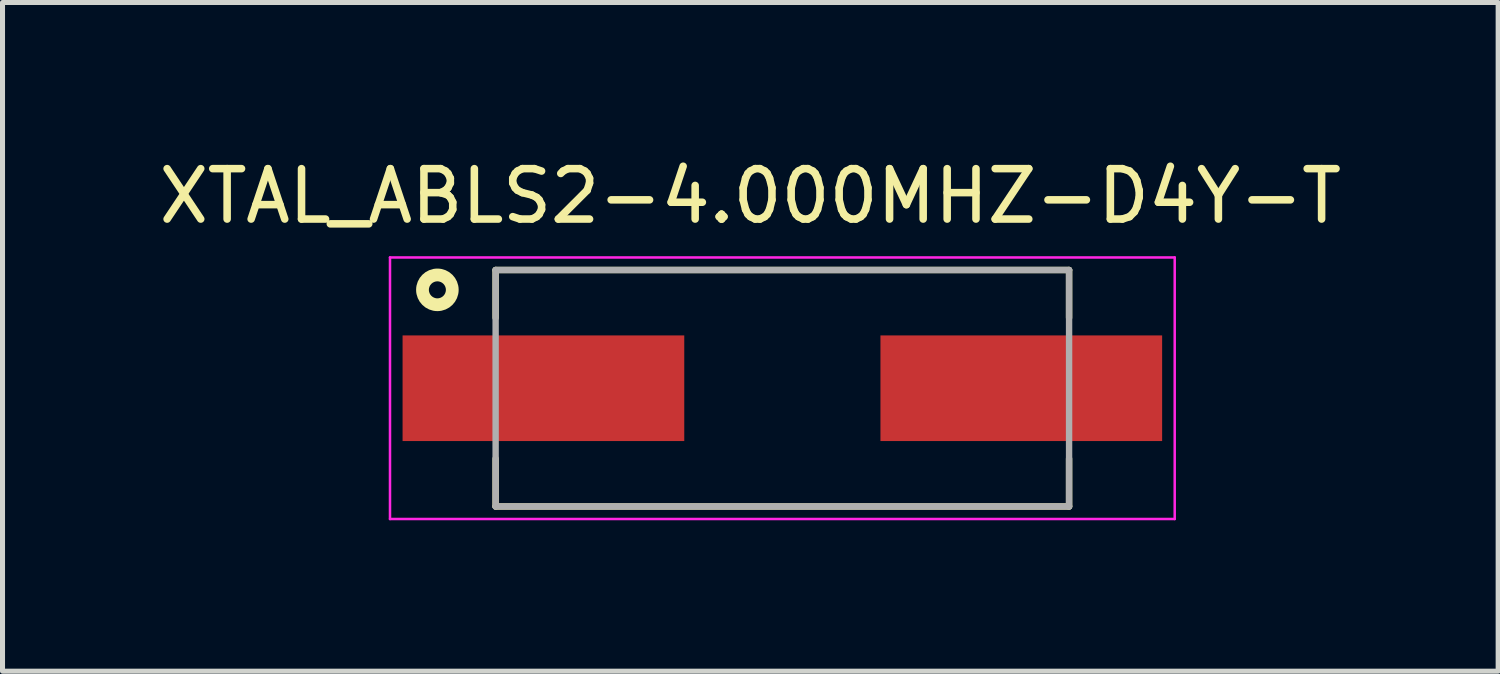
<source format=kicad_pcb>
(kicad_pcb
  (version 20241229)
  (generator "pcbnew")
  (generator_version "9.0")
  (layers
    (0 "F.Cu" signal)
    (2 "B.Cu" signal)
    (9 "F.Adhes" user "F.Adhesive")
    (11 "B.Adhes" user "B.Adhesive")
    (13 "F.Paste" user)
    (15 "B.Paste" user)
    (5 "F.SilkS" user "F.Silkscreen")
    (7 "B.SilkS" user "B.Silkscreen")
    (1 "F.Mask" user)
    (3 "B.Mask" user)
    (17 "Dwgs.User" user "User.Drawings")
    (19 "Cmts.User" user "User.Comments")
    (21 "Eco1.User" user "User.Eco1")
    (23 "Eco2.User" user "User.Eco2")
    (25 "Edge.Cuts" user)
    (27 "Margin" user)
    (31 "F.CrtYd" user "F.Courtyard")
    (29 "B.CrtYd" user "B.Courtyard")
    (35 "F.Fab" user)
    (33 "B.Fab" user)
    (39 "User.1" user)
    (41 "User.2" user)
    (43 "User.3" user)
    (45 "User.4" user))
  (footprint "XTAL_ABLS2-4.000MHZ-D4Y-T"
    (layer "F.Cu")
    (at 12.503 4.668)
    (property "Reference" "XTAL_ABLS2-4.000MHZ-D4Y-T" (at -0.636 -3.819 0) (layer "F.SilkS") (effects (font (size 1.002 1.002) (thickness 0.15))))
    (attr through_hole)
    (fp_line (start -5.7 -2.35) (end 5.7 -2.35) (stroke (width 0.127) (type solid)) (layer "F.SilkS"))
    (fp_line (start -5.7 -1.4) (end -5.7 -2.35) (stroke (width 0.127) (type solid)) (layer "F.SilkS"))
    (fp_line (start -5.7 2.35) (end -5.7 1.4) (stroke (width 0.127) (type solid)) (layer "F.SilkS"))
    (fp_line (start 5.7 -2.35) (end 5.7 -1.4) (stroke (width 0.127) (type solid)) (layer "F.SilkS"))
    (fp_line (start 5.7 1.4) (end 5.7 2.35) (stroke (width 0.127) (type solid)) (layer "F.SilkS"))
    (fp_line (start 5.7 2.35) (end -5.7 2.35) (stroke (width 0.127) (type solid)) (layer "F.SilkS"))
    (fp_circle (center -6.858 -1.956) (end -6.562 -1.956) (stroke (width 0.254) (type solid)) (fill no) (layer "F.SilkS"))
    (fp_line (start -7.8 -2.6) (end -7.8 2.6) (stroke (width 0.05) (type solid)) (layer "F.CrtYd"))
    (fp_line (start -7.8 2.6) (end 7.8 2.6) (stroke (width 0.05) (type solid)) (layer "F.CrtYd"))
    (fp_line (start 7.8 -2.6) (end -7.8 -2.6) (stroke (width 0.05) (type solid)) (layer "F.CrtYd"))
    (fp_line (start 7.8 2.6) (end 7.8 -2.6) (stroke (width 0.05) (type solid)) (layer "F.CrtYd"))
    (fp_line (start -5.7 -2.35) (end -5.7 2.35) (stroke (width 0.127) (type solid)) (layer "F.Fab"))
    (fp_line (start -5.7 2.35) (end 5.7 2.35) (stroke (width 0.127) (type solid)) (layer "F.Fab"))
    (fp_line (start 5.7 -2.35) (end -5.7 -2.35) (stroke (width 0.127) (type solid)) (layer "F.Fab"))
    (fp_line (start 5.7 2.35) (end 5.7 -2.35) (stroke (width 0.127) (type solid)) (layer "F.Fab"))
    (pad "1" smd rect (at -4.75 0) (size 5.6 2.1) (layers "F.Cu" "F.Mask" "F.Paste"))
    (pad "2" smd rect (at 4.75 0) (size 5.6 2.1) (layers "F.Cu" "F.Mask" "F.Paste")))
  (gr_rect
    (start -3 -3)
    (end 26.733 10.293)
    (stroke (width 0.1) (type default))
    (fill no)
    (layer "Edge.Cuts")))
</source>
